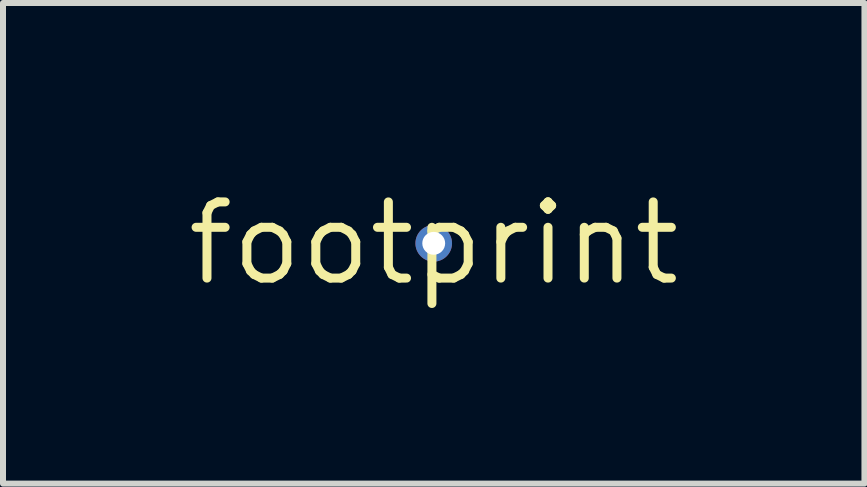
<source format=kicad_pcb>
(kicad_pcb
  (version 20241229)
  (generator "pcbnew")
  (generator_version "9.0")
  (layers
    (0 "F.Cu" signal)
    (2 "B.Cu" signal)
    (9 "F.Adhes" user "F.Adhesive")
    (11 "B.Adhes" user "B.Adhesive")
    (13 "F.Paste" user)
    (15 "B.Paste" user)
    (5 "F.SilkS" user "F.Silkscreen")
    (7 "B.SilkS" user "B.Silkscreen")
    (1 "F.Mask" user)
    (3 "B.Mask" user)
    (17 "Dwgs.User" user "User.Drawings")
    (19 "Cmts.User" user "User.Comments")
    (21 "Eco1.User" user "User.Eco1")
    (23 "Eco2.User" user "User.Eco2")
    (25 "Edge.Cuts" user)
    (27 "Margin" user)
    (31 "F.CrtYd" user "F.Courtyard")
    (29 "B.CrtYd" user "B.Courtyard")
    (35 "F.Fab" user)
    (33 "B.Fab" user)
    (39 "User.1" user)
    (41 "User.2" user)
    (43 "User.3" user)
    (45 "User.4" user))
  (footprint "footprint"
    (layer "F.Cu")
    (at 4.18 1.006)
    (property "Reference" "footprint" (at 0 0 0) (layer "F.SilkS") (effects (font (size 1.27 1.27) (thickness 0.15))))
    (fp_circle (center 0 0) (end 0.191 0) (stroke (width 0.381) (type solid)) (fill yes) (layer "B.Mask"))
    (pad "1" thru_hole circle (at 0 0) (size 0.61 0.61) (drill 0.381) (layers "*.Cu")))
  (gr_rect
    (start -3 -3)
    (end 11.36 5.012)
    (stroke (width 0.1) (type default))
    (fill no)
    (layer "Edge.Cuts")))
</source>
